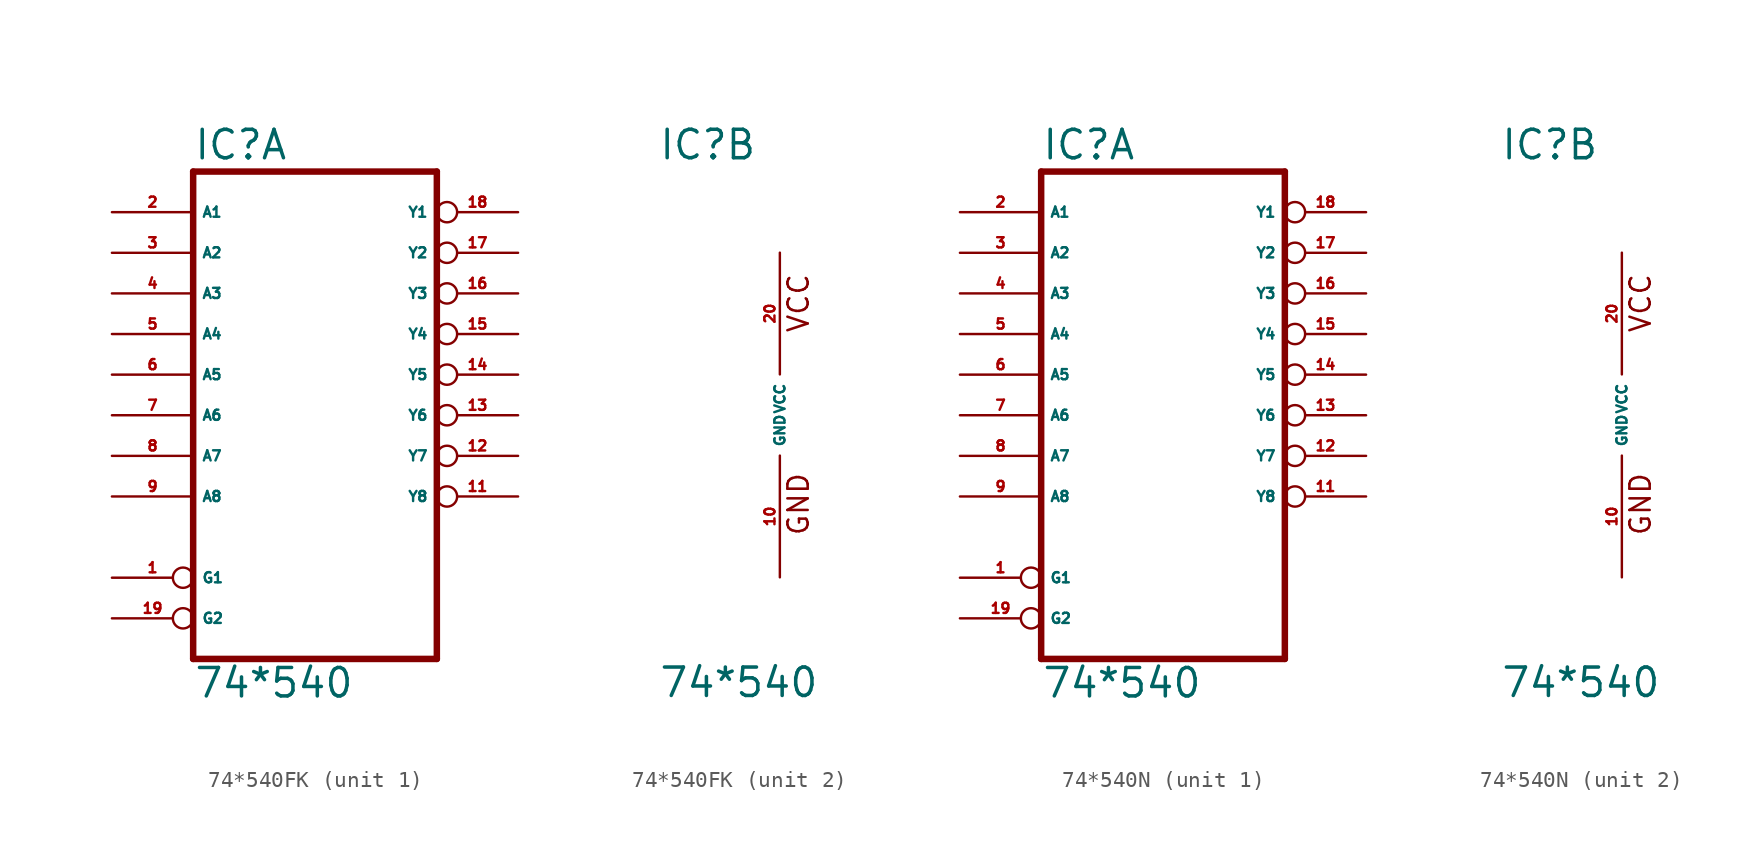
<source format=kicad_sym>
(kicad_symbol_lib
  (version 20220914)
  (generator Eagle2Kicad)
  (symbol "74*540FK"
    (property "Reference" "IC"
      (at -7.62 15.875 0)
      (effects (font (size 1.778 1.778) (thickness 0.22)) (justify left bottom)))
    (property "Value" "74*540"
      (at -7.62 -17.78 0)
      (effects (font (size 1.778 1.778) (thickness 0.22)) (justify left bottom)))
    (symbol "74*540FK_1_0"
      (polyline (pts (xy -7.62 -15.24) (xy 7.62 -15.24)) (stroke (width 0.406) (type default)) (fill (type none)))
      (polyline (pts (xy 7.62 -15.24) (xy 7.62 15.24)) (stroke (width 0.406) (type default)) (fill (type none)))
      (polyline (pts (xy 7.62 15.24) (xy -7.62 15.24)) (stroke (width 0.406) (type default)) (fill (type none)))
      (polyline (pts (xy -7.62 15.24) (xy -7.62 -15.24)) (stroke (width 0.406) (type default)) (fill (type none)))
      (pin input inverted (at -12.7 -10.16 0) (length 5.08) (name "G1" (effects (font (size 0.635 0.635) (thickness 0.08)) (justify left bottom))) (number "1" (effects (font (size 0.635 0.635) (thickness 0.08)) (justify left bottom))))
      (pin input line (at -12.7 12.7 0) (length 5.08) (name "A1" (effects (font (size 0.635 0.635) (thickness 0.08)) (justify left bottom))) (number "2" (effects (font (size 0.635 0.635) (thickness 0.08)) (justify left bottom))))
      (pin input line (at -12.7 10.16 0) (length 5.08) (name "A2" (effects (font (size 0.635 0.635) (thickness 0.08)) (justify left bottom))) (number "3" (effects (font (size 0.635 0.635) (thickness 0.08)) (justify left bottom))))
      (pin input line (at -12.7 7.62 0) (length 5.08) (name "A3" (effects (font (size 0.635 0.635) (thickness 0.08)) (justify left bottom))) (number "4" (effects (font (size 0.635 0.635) (thickness 0.08)) (justify left bottom))))
      (pin input line (at -12.7 5.08 0) (length 5.08) (name "A4" (effects (font (size 0.635 0.635) (thickness 0.08)) (justify left bottom))) (number "5" (effects (font (size 0.635 0.635) (thickness 0.08)) (justify left bottom))))
      (pin input line (at -12.7 2.54 0) (length 5.08) (name "A5" (effects (font (size 0.635 0.635) (thickness 0.08)) (justify left bottom))) (number "6" (effects (font (size 0.635 0.635) (thickness 0.08)) (justify left bottom))))
      (pin input line (at -12.7 0 0) (length 5.08) (name "A6" (effects (font (size 0.635 0.635) (thickness 0.08)) (justify left bottom))) (number "7" (effects (font (size 0.635 0.635) (thickness 0.08)) (justify left bottom))))
      (pin input line (at -12.7 -2.54 0) (length 5.08) (name "A7" (effects (font (size 0.635 0.635) (thickness 0.08)) (justify left bottom))) (number "8" (effects (font (size 0.635 0.635) (thickness 0.08)) (justify left bottom))))
      (pin input line (at -12.7 -5.08 0) (length 5.08) (name "A8" (effects (font (size 0.635 0.635) (thickness 0.08)) (justify left bottom))) (number "9" (effects (font (size 0.635 0.635) (thickness 0.08)) (justify left bottom))))
      (pin tri_state inverted (at 12.7 -5.08 180) (length 5.08) (name "Y8" (effects (font (size 0.635 0.635) (thickness 0.08)) (justify left bottom))) (number "11" (effects (font (size 0.635 0.635) (thickness 0.08)) (justify left bottom))))
      (pin tri_state inverted (at 12.7 -2.54 180) (length 5.08) (name "Y7" (effects (font (size 0.635 0.635) (thickness 0.08)) (justify left bottom))) (number "12" (effects (font (size 0.635 0.635) (thickness 0.08)) (justify left bottom))))
      (pin tri_state inverted (at 12.7 0 180) (length 5.08) (name "Y6" (effects (font (size 0.635 0.635) (thickness 0.08)) (justify left bottom))) (number "13" (effects (font (size 0.635 0.635) (thickness 0.08)) (justify left bottom))))
      (pin tri_state inverted (at 12.7 2.54 180) (length 5.08) (name "Y5" (effects (font (size 0.635 0.635) (thickness 0.08)) (justify left bottom))) (number "14" (effects (font (size 0.635 0.635) (thickness 0.08)) (justify left bottom))))
      (pin tri_state inverted (at 12.7 5.08 180) (length 5.08) (name "Y4" (effects (font (size 0.635 0.635) (thickness 0.08)) (justify left bottom))) (number "15" (effects (font (size 0.635 0.635) (thickness 0.08)) (justify left bottom))))
      (pin tri_state inverted (at 12.7 7.62 180) (length 5.08) (name "Y3" (effects (font (size 0.635 0.635) (thickness 0.08)) (justify left bottom))) (number "16" (effects (font (size 0.635 0.635) (thickness 0.08)) (justify left bottom))))
      (pin tri_state inverted (at 12.7 10.16 180) (length 5.08) (name "Y2" (effects (font (size 0.635 0.635) (thickness 0.08)) (justify left bottom))) (number "17" (effects (font (size 0.635 0.635) (thickness 0.08)) (justify left bottom))))
      (pin tri_state inverted (at 12.7 12.7 180) (length 5.08) (name "Y1" (effects (font (size 0.635 0.635) (thickness 0.08)) (justify left bottom))) (number "18" (effects (font (size 0.635 0.635) (thickness 0.08)) (justify left bottom))))
      (pin input inverted (at -12.7 -12.7 0) (length 5.08) (name "G2" (effects (font (size 0.635 0.635) (thickness 0.08)) (justify left bottom))) (number "19" (effects (font (size 0.635 0.635) (thickness 0.08)) (justify left bottom)))))
    (symbol "74*540FK_2_0"
      (text "GND" (at 1.905 -7.62 900) (effects (font (size 1.27 1.27) (thickness 0.16)) (justify left bottom)))
      (text "VCC" (at 1.905 5.08 900) (effects (font (size 1.27 1.27) (thickness 0.16)) (justify left bottom)))
      (pin unspecified line (at 0 -10.16 90) (length 7.62) (name "GND" (effects (font (size 0.635 0.635) (thickness 0.08)) (justify left bottom))) (number "10" (effects (font (size 0.635 0.635) (thickness 0.08)) (justify left bottom))))
      (pin unspecified line (at 0 10.16 270) (length 7.62) (name "VCC" (effects (font (size 0.635 0.635) (thickness 0.08)) (justify left bottom))) (number "20" (effects (font (size 0.635 0.635) (thickness 0.08)) (justify left bottom))))))
  (symbol "74*540N"
    (property "Reference" "IC"
      (at -7.62 15.875 0)
      (effects (font (size 1.778 1.778) (thickness 0.22)) (justify left bottom)))
    (property "Value" "74*540"
      (at -7.62 -17.78 0)
      (effects (font (size 1.778 1.778) (thickness 0.22)) (justify left bottom)))
    (symbol "74*540N_1_0"
      (polyline (pts (xy -7.62 -15.24) (xy 7.62 -15.24)) (stroke (width 0.406) (type default)) (fill (type none)))
      (polyline (pts (xy 7.62 -15.24) (xy 7.62 15.24)) (stroke (width 0.406) (type default)) (fill (type none)))
      (polyline (pts (xy 7.62 15.24) (xy -7.62 15.24)) (stroke (width 0.406) (type default)) (fill (type none)))
      (polyline (pts (xy -7.62 15.24) (xy -7.62 -15.24)) (stroke (width 0.406) (type default)) (fill (type none)))
      (pin input inverted (at -12.7 -10.16 0) (length 5.08) (name "G1" (effects (font (size 0.635 0.635) (thickness 0.08)) (justify left bottom))) (number "1" (effects (font (size 0.635 0.635) (thickness 0.08)) (justify left bottom))))
      (pin input line (at -12.7 12.7 0) (length 5.08) (name "A1" (effects (font (size 0.635 0.635) (thickness 0.08)) (justify left bottom))) (number "2" (effects (font (size 0.635 0.635) (thickness 0.08)) (justify left bottom))))
      (pin input line (at -12.7 10.16 0) (length 5.08) (name "A2" (effects (font (size 0.635 0.635) (thickness 0.08)) (justify left bottom))) (number "3" (effects (font (size 0.635 0.635) (thickness 0.08)) (justify left bottom))))
      (pin input line (at -12.7 7.62 0) (length 5.08) (name "A3" (effects (font (size 0.635 0.635) (thickness 0.08)) (justify left bottom))) (number "4" (effects (font (size 0.635 0.635) (thickness 0.08)) (justify left bottom))))
      (pin input line (at -12.7 5.08 0) (length 5.08) (name "A4" (effects (font (size 0.635 0.635) (thickness 0.08)) (justify left bottom))) (number "5" (effects (font (size 0.635 0.635) (thickness 0.08)) (justify left bottom))))
      (pin input line (at -12.7 2.54 0) (length 5.08) (name "A5" (effects (font (size 0.635 0.635) (thickness 0.08)) (justify left bottom))) (number "6" (effects (font (size 0.635 0.635) (thickness 0.08)) (justify left bottom))))
      (pin input line (at -12.7 0 0) (length 5.08) (name "A6" (effects (font (size 0.635 0.635) (thickness 0.08)) (justify left bottom))) (number "7" (effects (font (size 0.635 0.635) (thickness 0.08)) (justify left bottom))))
      (pin input line (at -12.7 -2.54 0) (length 5.08) (name "A7" (effects (font (size 0.635 0.635) (thickness 0.08)) (justify left bottom))) (number "8" (effects (font (size 0.635 0.635) (thickness 0.08)) (justify left bottom))))
      (pin input line (at -12.7 -5.08 0) (length 5.08) (name "A8" (effects (font (size 0.635 0.635) (thickness 0.08)) (justify left bottom))) (number "9" (effects (font (size 0.635 0.635) (thickness 0.08)) (justify left bottom))))
      (pin tri_state inverted (at 12.7 -5.08 180) (length 5.08) (name "Y8" (effects (font (size 0.635 0.635) (thickness 0.08)) (justify left bottom))) (number "11" (effects (font (size 0.635 0.635) (thickness 0.08)) (justify left bottom))))
      (pin tri_state inverted (at 12.7 -2.54 180) (length 5.08) (name "Y7" (effects (font (size 0.635 0.635) (thickness 0.08)) (justify left bottom))) (number "12" (effects (font (size 0.635 0.635) (thickness 0.08)) (justify left bottom))))
      (pin tri_state inverted (at 12.7 0 180) (length 5.08) (name "Y6" (effects (font (size 0.635 0.635) (thickness 0.08)) (justify left bottom))) (number "13" (effects (font (size 0.635 0.635) (thickness 0.08)) (justify left bottom))))
      (pin tri_state inverted (at 12.7 2.54 180) (length 5.08) (name "Y5" (effects (font (size 0.635 0.635) (thickness 0.08)) (justify left bottom))) (number "14" (effects (font (size 0.635 0.635) (thickness 0.08)) (justify left bottom))))
      (pin tri_state inverted (at 12.7 5.08 180) (length 5.08) (name "Y4" (effects (font (size 0.635 0.635) (thickness 0.08)) (justify left bottom))) (number "15" (effects (font (size 0.635 0.635) (thickness 0.08)) (justify left bottom))))
      (pin tri_state inverted (at 12.7 7.62 180) (length 5.08) (name "Y3" (effects (font (size 0.635 0.635) (thickness 0.08)) (justify left bottom))) (number "16" (effects (font (size 0.635 0.635) (thickness 0.08)) (justify left bottom))))
      (pin tri_state inverted (at 12.7 10.16 180) (length 5.08) (name "Y2" (effects (font (size 0.635 0.635) (thickness 0.08)) (justify left bottom))) (number "17" (effects (font (size 0.635 0.635) (thickness 0.08)) (justify left bottom))))
      (pin tri_state inverted (at 12.7 12.7 180) (length 5.08) (name "Y1" (effects (font (size 0.635 0.635) (thickness 0.08)) (justify left bottom))) (number "18" (effects (font (size 0.635 0.635) (thickness 0.08)) (justify left bottom))))
      (pin input inverted (at -12.7 -12.7 0) (length 5.08) (name "G2" (effects (font (size 0.635 0.635) (thickness 0.08)) (justify left bottom))) (number "19" (effects (font (size 0.635 0.635) (thickness 0.08)) (justify left bottom)))))
    (symbol "74*540N_2_0"
      (text "GND" (at 1.905 -7.62 900) (effects (font (size 1.27 1.27) (thickness 0.16)) (justify left bottom)))
      (text "VCC" (at 1.905 5.08 900) (effects (font (size 1.27 1.27) (thickness 0.16)) (justify left bottom)))
      (pin unspecified line (at 0 -10.16 90) (length 7.62) (name "GND" (effects (font (size 0.635 0.635) (thickness 0.08)) (justify left bottom))) (number "10" (effects (font (size 0.635 0.635) (thickness 0.08)) (justify left bottom))))
      (pin unspecified line (at 0 10.16 270) (length 7.62) (name "VCC" (effects (font (size 0.635 0.635) (thickness 0.08)) (justify left bottom))) (number "20" (effects (font (size 0.635 0.635) (thickness 0.08)) (justify left bottom)))))))
</source>
